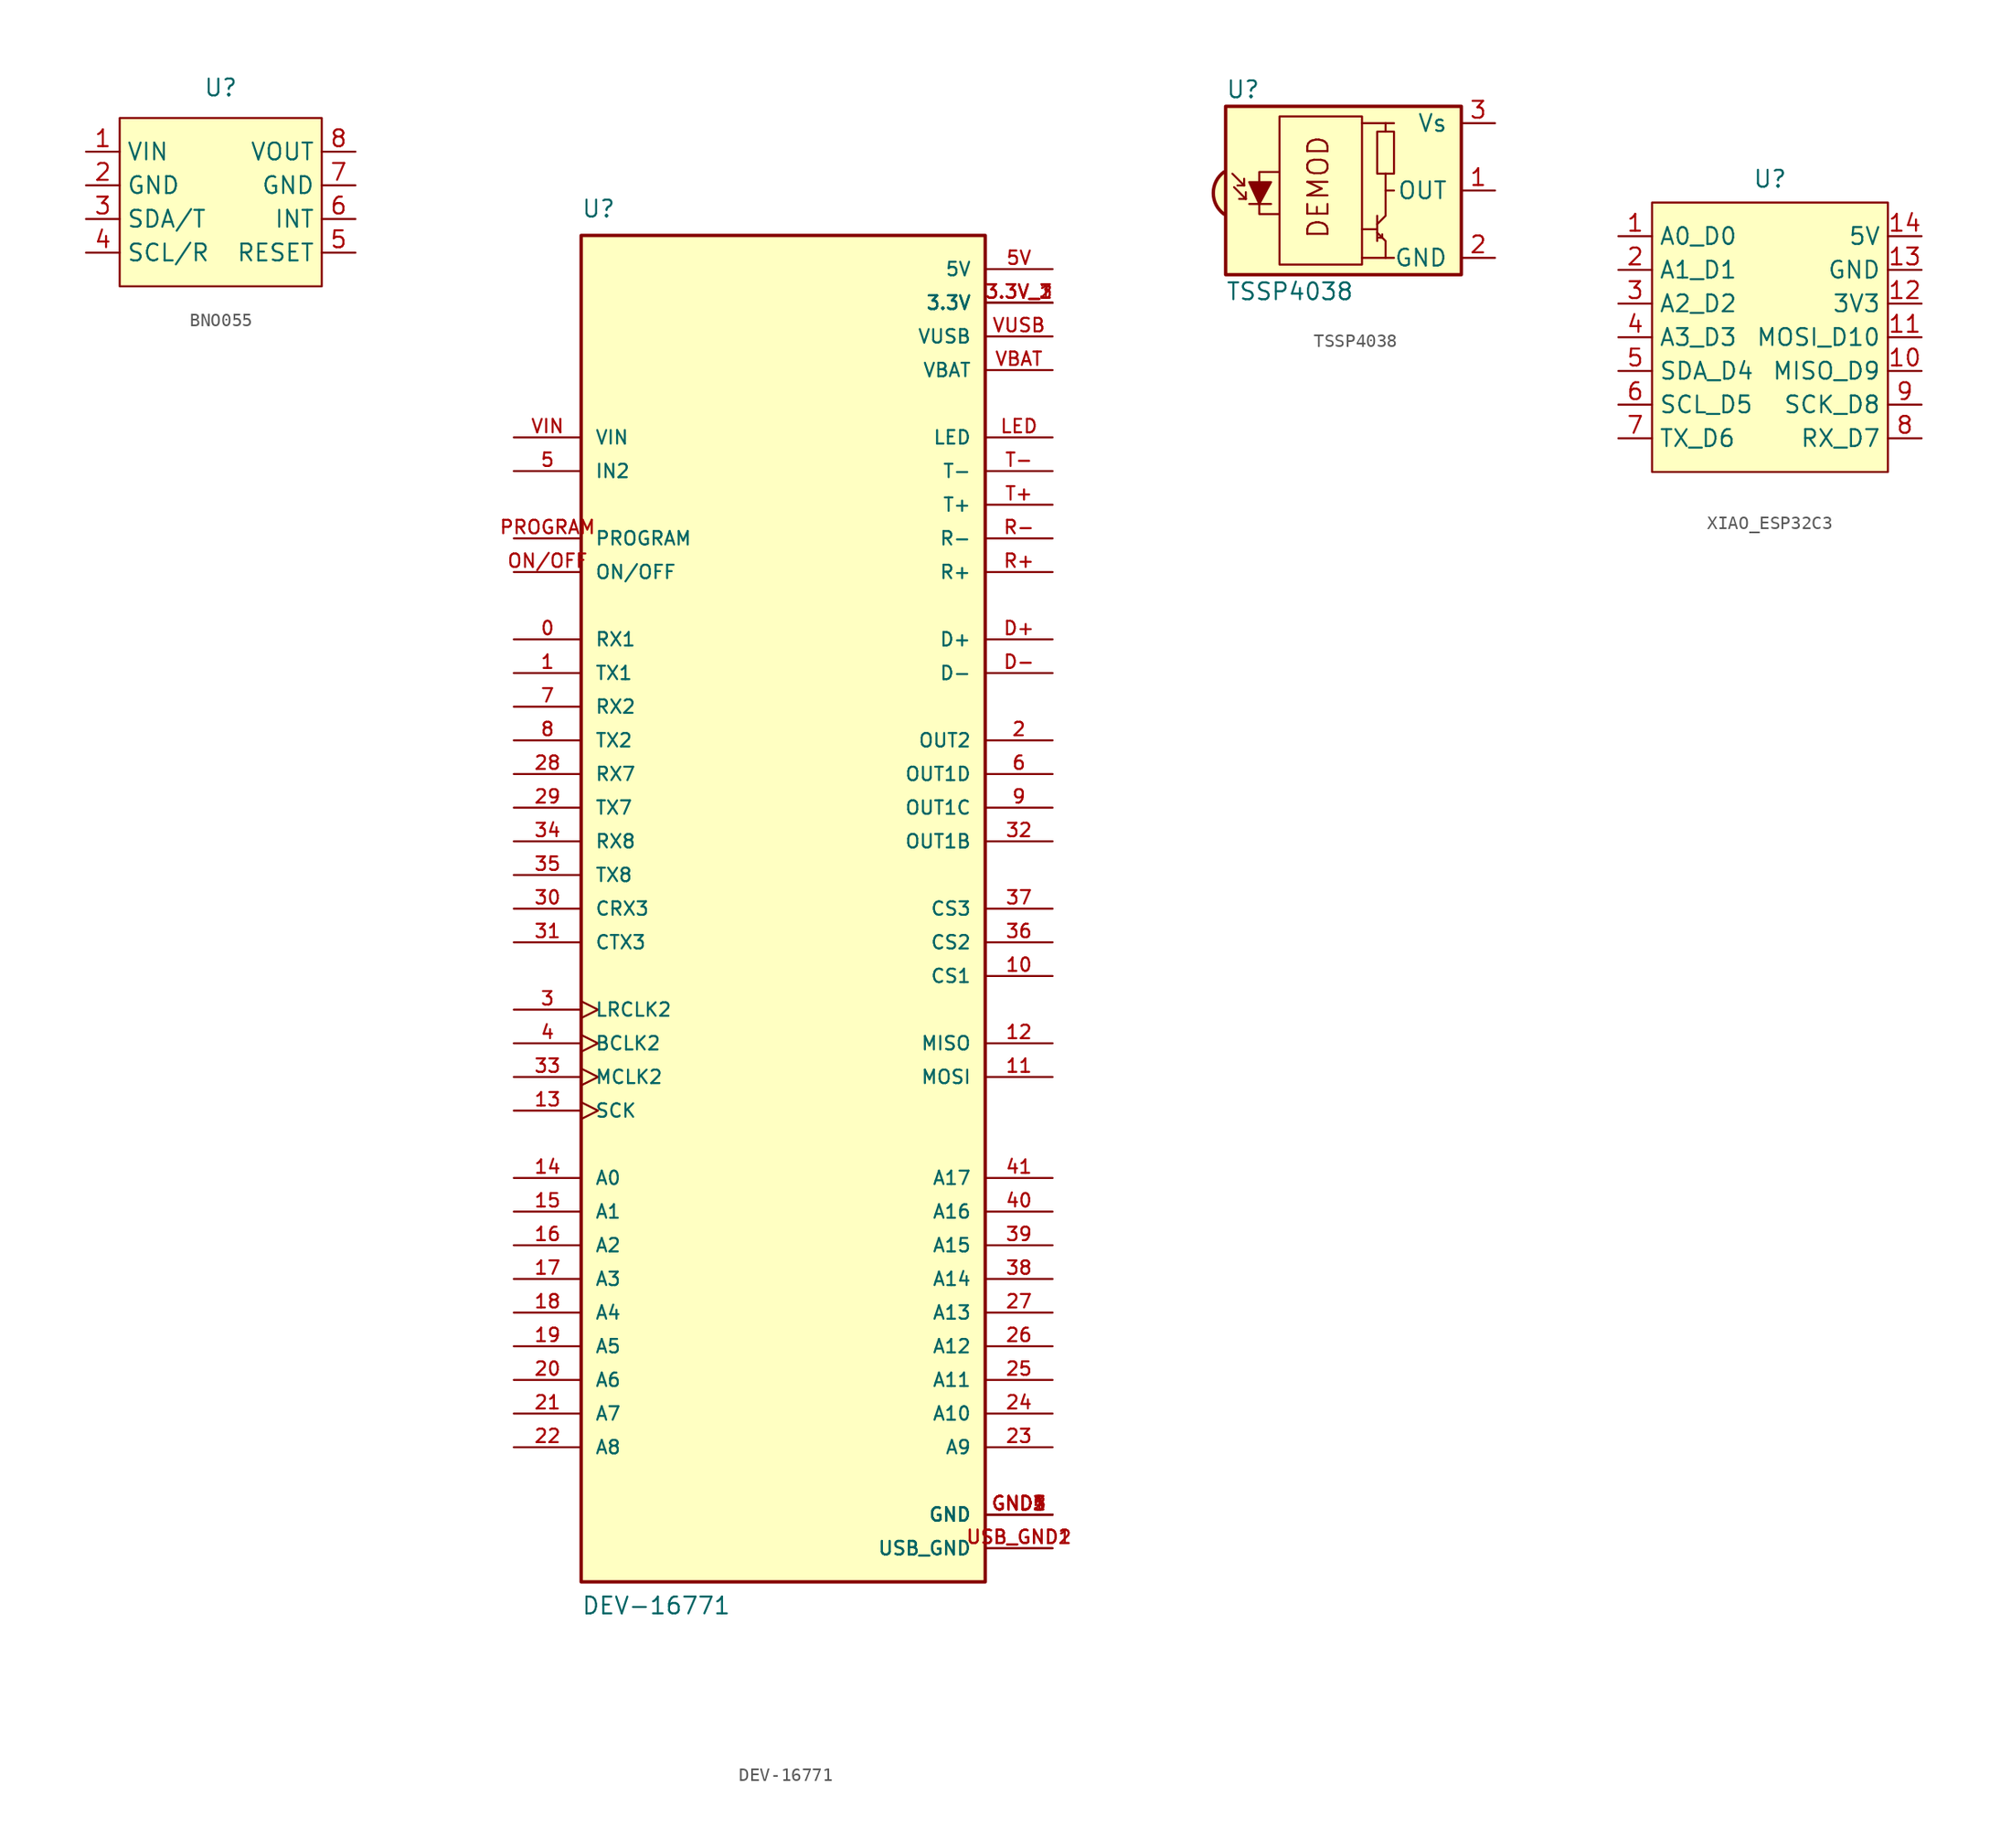
<source format=kicad_sym>
(kicad_symbol_lib
  (version 20231120)
  (generator "kicad_symbol_editor")
  (generator_version "8.0")
  (symbol "BNO055"
    (property "Reference" "U"
      (at 0 2.286 0)
      (effects (font (size 1.27 1.27))))
    (property "Value" ""
      (at 0 2.286 0)
      (effects (font (size 1.27 1.27))))
    (symbol "BNO055_1_1"
      (rectangle (start -7.62 0) (end 7.62 -12.7) (stroke (width 0) (type default)) (fill (type background)))
      (pin passive line (at -10.16 -2.54 0) (length 2.54) (name "VIN" (effects (font (size 1.27 1.27)))) (number "1" (effects (font (size 1.27 1.27)))))
      (pin passive line (at -10.16 -5.08 0) (length 2.54) (name "GND" (effects (font (size 1.27 1.27)))) (number "2" (effects (font (size 1.27 1.27)))))
      (pin passive line (at -10.16 -7.62 0) (length 2.54) (name "SDA/T" (effects (font (size 1.27 1.27)))) (number "3" (effects (font (size 1.27 1.27)))))
      (pin passive line (at -10.16 -10.16 0) (length 2.54) (name "SCL/R" (effects (font (size 1.27 1.27)))) (number "4" (effects (font (size 1.27 1.27)))))
      (pin passive line (at 10.16 -10.16 180) (length 2.54) (name "RESET" (effects (font (size 1.27 1.27)))) (number "5" (effects (font (size 1.27 1.27)))))
      (pin passive line (at 10.16 -7.62 180) (length 2.54) (name "INT" (effects (font (size 1.27 1.27)))) (number "6" (effects (font (size 1.27 1.27)))))
      (pin passive line (at 10.16 -5.08 180) (length 2.54) (name "GND" (effects (font (size 1.27 1.27)))) (number "7" (effects (font (size 1.27 1.27)))))
      (pin passive line (at 10.16 -2.54 180) (length 2.54) (name "VOUT" (effects (font (size 1.27 1.27)))) (number "8" (effects (font (size 1.27 1.27)))))))
  (symbol "DEV-16771"
    (pin_names
      (offset 1.016))
    (property "Reference" "U"
      (at -15.24 52.07 0)
      (effects (font (size 1.27 1.27)) (justify left bottom)))
    (property "Value" "DEV-16771"
      (at -15.24 -53.34 0)
      (effects (font (size 1.27 1.27)) (justify left bottom)))
    (symbol "DEV-16771_0_0"
      (rectangle (start -15.24 -50.8) (end 15.24 50.8) (stroke (width 0.254) (type default)) (fill (type background)))
      (pin bidirectional line (at -20.32 20.32 0) (length 5.08) (name "RX1" (effects (font (size 1.016 1.016)))) (number "0" (effects (font (size 1.016 1.016)))))
      (pin bidirectional line (at -20.32 17.78 0) (length 5.08) (name "TX1" (effects (font (size 1.016 1.016)))) (number "1" (effects (font (size 1.016 1.016)))))
      (pin bidirectional line (at 20.32 -5.08 180) (length 5.08) (name "CS1" (effects (font (size 1.016 1.016)))) (number "10" (effects (font (size 1.016 1.016)))))
      (pin bidirectional line (at 20.32 -12.7 180) (length 5.08) (name "MOSI" (effects (font (size 1.016 1.016)))) (number "11" (effects (font (size 1.016 1.016)))))
      (pin bidirectional line (at 20.32 -10.16 180) (length 5.08) (name "MISO" (effects (font (size 1.016 1.016)))) (number "12" (effects (font (size 1.016 1.016)))))
      (pin bidirectional clock (at -20.32 -15.24 0) (length 5.08) (name "SCK" (effects (font (size 1.016 1.016)))) (number "13" (effects (font (size 1.016 1.016)))))
      (pin bidirectional line (at -20.32 -20.32 0) (length 5.08) (name "A0" (effects (font (size 1.016 1.016)))) (number "14" (effects (font (size 1.016 1.016)))))
      (pin bidirectional line (at -20.32 -22.86 0) (length 5.08) (name "A1" (effects (font (size 1.016 1.016)))) (number "15" (effects (font (size 1.016 1.016)))))
      (pin bidirectional line (at -20.32 -25.4 0) (length 5.08) (name "A2" (effects (font (size 1.016 1.016)))) (number "16" (effects (font (size 1.016 1.016)))))
      (pin bidirectional line (at -20.32 -27.94 0) (length 5.08) (name "A3" (effects (font (size 1.016 1.016)))) (number "17" (effects (font (size 1.016 1.016)))))
      (pin bidirectional line (at -20.32 -30.48 0) (length 5.08) (name "A4" (effects (font (size 1.016 1.016)))) (number "18" (effects (font (size 1.016 1.016)))))
      (pin bidirectional line (at -20.32 -33.02 0) (length 5.08) (name "A5" (effects (font (size 1.016 1.016)))) (number "19" (effects (font (size 1.016 1.016)))))
      (pin output line (at 20.32 12.7 180) (length 5.08) (name "OUT2" (effects (font (size 1.016 1.016)))) (number "2" (effects (font (size 1.016 1.016)))))
      (pin bidirectional line (at -20.32 -35.56 0) (length 5.08) (name "A6" (effects (font (size 1.016 1.016)))) (number "20" (effects (font (size 1.016 1.016)))))
      (pin bidirectional line (at -20.32 -38.1 0) (length 5.08) (name "A7" (effects (font (size 1.016 1.016)))) (number "21" (effects (font (size 1.016 1.016)))))
      (pin bidirectional line (at -20.32 -40.64 0) (length 5.08) (name "A8" (effects (font (size 1.016 1.016)))) (number "22" (effects (font (size 1.016 1.016)))))
      (pin bidirectional line (at 20.32 -40.64 180) (length 5.08) (name "A9" (effects (font (size 1.016 1.016)))) (number "23" (effects (font (size 1.016 1.016)))))
      (pin bidirectional line (at 20.32 -38.1 180) (length 5.08) (name "A10" (effects (font (size 1.016 1.016)))) (number "24" (effects (font (size 1.016 1.016)))))
      (pin bidirectional line (at 20.32 -35.56 180) (length 5.08) (name "A11" (effects (font (size 1.016 1.016)))) (number "25" (effects (font (size 1.016 1.016)))))
      (pin bidirectional line (at 20.32 -33.02 180) (length 5.08) (name "A12" (effects (font (size 1.016 1.016)))) (number "26" (effects (font (size 1.016 1.016)))))
      (pin bidirectional line (at 20.32 -30.48 180) (length 5.08) (name "A13" (effects (font (size 1.016 1.016)))) (number "27" (effects (font (size 1.016 1.016)))))
      (pin bidirectional line (at -20.32 10.16 0) (length 5.08) (name "RX7" (effects (font (size 1.016 1.016)))) (number "28" (effects (font (size 1.016 1.016)))))
      (pin bidirectional line (at -20.32 7.62 0) (length 5.08) (name "TX7" (effects (font (size 1.016 1.016)))) (number "29" (effects (font (size 1.016 1.016)))))
      (pin bidirectional clock (at -20.32 -7.62 0) (length 5.08) (name "LRCLK2" (effects (font (size 1.016 1.016)))) (number "3" (effects (font (size 1.016 1.016)))))
      (pin power_in line (at 20.32 45.72 180) (length 5.08) (name "3.3V" (effects (font (size 1.016 1.016)))) (number "3.3V_1" (effects (font (size 1.016 1.016)))))
      (pin power_in line (at 20.32 45.72 180) (length 5.08) (name "3.3V" (effects (font (size 1.016 1.016)))) (number "3.3V_2" (effects (font (size 1.016 1.016)))))
      (pin power_in line (at 20.32 45.72 180) (length 5.08) (name "3.3V" (effects (font (size 1.016 1.016)))) (number "3.3V_3" (effects (font (size 1.016 1.016)))))
      (pin bidirectional line (at -20.32 0 0) (length 5.08) (name "CRX3" (effects (font (size 1.016 1.016)))) (number "30" (effects (font (size 1.016 1.016)))))
      (pin bidirectional line (at -20.32 -2.54 0) (length 5.08) (name "CTX3" (effects (font (size 1.016 1.016)))) (number "31" (effects (font (size 1.016 1.016)))))
      (pin output line (at 20.32 5.08 180) (length 5.08) (name "OUT1B" (effects (font (size 1.016 1.016)))) (number "32" (effects (font (size 1.016 1.016)))))
      (pin bidirectional clock (at -20.32 -12.7 0) (length 5.08) (name "MCLK2" (effects (font (size 1.016 1.016)))) (number "33" (effects (font (size 1.016 1.016)))))
      (pin bidirectional line (at -20.32 5.08 0) (length 5.08) (name "RX8" (effects (font (size 1.016 1.016)))) (number "34" (effects (font (size 1.016 1.016)))))
      (pin bidirectional line (at -20.32 2.54 0) (length 5.08) (name "TX8" (effects (font (size 1.016 1.016)))) (number "35" (effects (font (size 1.016 1.016)))))
      (pin bidirectional line (at 20.32 -2.54 180) (length 5.08) (name "CS2" (effects (font (size 1.016 1.016)))) (number "36" (effects (font (size 1.016 1.016)))))
      (pin bidirectional line (at 20.32 0 180) (length 5.08) (name "CS3" (effects (font (size 1.016 1.016)))) (number "37" (effects (font (size 1.016 1.016)))))
      (pin bidirectional line (at 20.32 -27.94 180) (length 5.08) (name "A14" (effects (font (size 1.016 1.016)))) (number "38" (effects (font (size 1.016 1.016)))))
      (pin bidirectional line (at 20.32 -25.4 180) (length 5.08) (name "A15" (effects (font (size 1.016 1.016)))) (number "39" (effects (font (size 1.016 1.016)))))
      (pin bidirectional clock (at -20.32 -10.16 0) (length 5.08) (name "BCLK2" (effects (font (size 1.016 1.016)))) (number "4" (effects (font (size 1.016 1.016)))))
      (pin bidirectional line (at 20.32 -22.86 180) (length 5.08) (name "A16" (effects (font (size 1.016 1.016)))) (number "40" (effects (font (size 1.016 1.016)))))
      (pin bidirectional line (at 20.32 -20.32 180) (length 5.08) (name "A17" (effects (font (size 1.016 1.016)))) (number "41" (effects (font (size 1.016 1.016)))))
      (pin bidirectional line (at -20.32 33.02 0) (length 5.08) (name "IN2" (effects (font (size 1.016 1.016)))) (number "5" (effects (font (size 1.016 1.016)))))
      (pin power_in line (at 20.32 48.26 180) (length 5.08) (name "5V" (effects (font (size 1.016 1.016)))) (number "5V" (effects (font (size 1.016 1.016)))))
      (pin output line (at 20.32 10.16 180) (length 5.08) (name "OUT1D" (effects (font (size 1.016 1.016)))) (number "6" (effects (font (size 1.016 1.016)))))
      (pin bidirectional line (at -20.32 15.24 0) (length 5.08) (name "RX2" (effects (font (size 1.016 1.016)))) (number "7" (effects (font (size 1.016 1.016)))))
      (pin bidirectional line (at -20.32 12.7 0) (length 5.08) (name "TX2" (effects (font (size 1.016 1.016)))) (number "8" (effects (font (size 1.016 1.016)))))
      (pin output line (at 20.32 7.62 180) (length 5.08) (name "OUT1C" (effects (font (size 1.016 1.016)))) (number "9" (effects (font (size 1.016 1.016)))))
      (pin bidirectional line (at 20.32 20.32 180) (length 5.08) (name "D+" (effects (font (size 1.016 1.016)))) (number "D+" (effects (font (size 1.016 1.016)))))
      (pin bidirectional line (at 20.32 17.78 180) (length 5.08) (name "D-" (effects (font (size 1.016 1.016)))) (number "D-" (effects (font (size 1.016 1.016)))))
      (pin power_in line (at 20.32 -45.72 180) (length 5.08) (name "GND" (effects (font (size 1.016 1.016)))) (number "GND1" (effects (font (size 1.016 1.016)))))
      (pin power_in line (at 20.32 -45.72 180) (length 5.08) (name "GND" (effects (font (size 1.016 1.016)))) (number "GND2" (effects (font (size 1.016 1.016)))))
      (pin power_in line (at 20.32 -45.72 180) (length 5.08) (name "GND" (effects (font (size 1.016 1.016)))) (number "GND3" (effects (font (size 1.016 1.016)))))
      (pin power_in line (at 20.32 -45.72 180) (length 5.08) (name "GND" (effects (font (size 1.016 1.016)))) (number "GND4" (effects (font (size 1.016 1.016)))))
      (pin power_in line (at 20.32 -45.72 180) (length 5.08) (name "GND" (effects (font (size 1.016 1.016)))) (number "GND5" (effects (font (size 1.016 1.016)))))
      (pin bidirectional line (at 20.32 35.56 180) (length 5.08) (name "LED" (effects (font (size 1.016 1.016)))) (number "LED" (effects (font (size 1.016 1.016)))))
      (pin bidirectional line (at -20.32 25.4 0) (length 5.08) (name "ON/OFF" (effects (font (size 1.016 1.016)))) (number "ON/OFF" (effects (font (size 1.016 1.016)))))
      (pin bidirectional line (at -20.32 27.94 0) (length 5.08) (name "PROGRAM" (effects (font (size 1.016 1.016)))) (number "PROGRAM" (effects (font (size 1.016 1.016)))))
      (pin bidirectional line (at 20.32 25.4 180) (length 5.08) (name "R+" (effects (font (size 1.016 1.016)))) (number "R+" (effects (font (size 1.016 1.016)))))
      (pin bidirectional line (at 20.32 27.94 180) (length 5.08) (name "R-" (effects (font (size 1.016 1.016)))) (number "R-" (effects (font (size 1.016 1.016)))))
      (pin bidirectional line (at 20.32 30.48 180) (length 5.08) (name "T+" (effects (font (size 1.016 1.016)))) (number "T+" (effects (font (size 1.016 1.016)))))
      (pin bidirectional line (at 20.32 33.02 180) (length 5.08) (name "T-" (effects (font (size 1.016 1.016)))) (number "T-" (effects (font (size 1.016 1.016)))))
      (pin power_in line (at 20.32 -48.26 180) (length 5.08) (name "USB_GND" (effects (font (size 1.016 1.016)))) (number "USB_GND1" (effects (font (size 1.016 1.016)))))
      (pin power_in line (at 20.32 -48.26 180) (length 5.08) (name "USB_GND" (effects (font (size 1.016 1.016)))) (number "USB_GND2" (effects (font (size 1.016 1.016)))))
      (pin passive line (at 20.32 40.64 180) (length 5.08) (name "VBAT" (effects (font (size 1.016 1.016)))) (number "VBAT" (effects (font (size 1.016 1.016)))))
      (pin input line (at -20.32 35.56 0) (length 5.08) (name "VIN" (effects (font (size 1.016 1.016)))) (number "VIN" (effects (font (size 1.016 1.016)))))
      (pin passive line (at 20.32 43.18 180) (length 5.08) (name "VUSB" (effects (font (size 1.016 1.016)))) (number "VUSB" (effects (font (size 1.016 1.016)))))))
  (symbol "TSSP4038"
    (pin_names
      (offset 1.016))
    (property "Reference" "U"
      (at -10.16 7.62 0)
      (effects (font (size 1.27 1.27)) (justify left)))
    (property "Value" "TSSP4038"
      (at -10.16 -7.62 0)
      (effects (font (size 1.27 1.27)) (justify left)))
    (symbol "TSSP4038_0_0"
      (arc (start -10.287 1.397) (mid -11.0899 -0.1852) (end -10.287 -1.778) (stroke (width 0.254) (type default)) (fill (type background)))
      (polyline (pts (xy 1.905 -5.08) (xy 0.127 -5.08)) (stroke (width 0) (type default)) (fill (type none)))
      (polyline (pts (xy 1.905 5.08) (xy 0.127 5.08)) (stroke (width 0) (type default)) (fill (type none)))
      (text "DEMOD" (at -3.175 0.254 900) (effects (font (size 1.524 1.524)))))
    (symbol "TSSP4038_0_1"
      (rectangle (start -6.096 5.588) (end 0.127 -5.588) (stroke (width 0) (type default)) (fill (type none)))
      (polyline (pts (xy -8.763 0.381) (xy -9.652 1.27)) (stroke (width 0) (type default)) (fill (type none)))
      (polyline (pts (xy -8.763 0.381) (xy -9.271 0.381)) (stroke (width 0) (type default)) (fill (type none)))
      (polyline (pts (xy -8.763 0.381) (xy -8.763 0.889)) (stroke (width 0) (type default)) (fill (type none)))
      (polyline (pts (xy -8.636 -0.635) (xy -9.525 0.254)) (stroke (width 0) (type default)) (fill (type none)))
      (polyline (pts (xy -8.636 -0.635) (xy -9.144 -0.635)) (stroke (width 0) (type default)) (fill (type none)))
      (polyline (pts (xy -8.636 -0.635) (xy -8.636 -0.127)) (stroke (width 0) (type default)) (fill (type none)))
      (polyline (pts (xy -8.382 -1.016) (xy -6.731 -1.016)) (stroke (width 0) (type default)) (fill (type none)))
      (polyline (pts (xy 1.27 -2.921) (xy 0.127 -2.921)) (stroke (width 0) (type default)) (fill (type none)))
      (polyline (pts (xy 1.27 -1.905) (xy 1.27 -3.81)) (stroke (width 0) (type default)) (fill (type none)))
      (polyline (pts (xy 1.397 -3.556) (xy 1.524 -3.556)) (stroke (width 0) (type default)) (fill (type none)))
      (polyline (pts (xy 1.651 -3.556) (xy 1.524 -3.556)) (stroke (width 0) (type default)) (fill (type none)))
      (polyline (pts (xy 1.651 -3.556) (xy 1.651 -3.302)) (stroke (width 0) (type default)) (fill (type none)))
      (polyline (pts (xy 1.905 0) (xy 1.905 1.27)) (stroke (width 0) (type default)) (fill (type none)))
      (polyline (pts (xy 1.905 4.445) (xy 1.905 5.08) (xy 2.54 5.08)) (stroke (width 0) (type default)) (fill (type none)))
      (polyline (pts (xy -8.382 0.635) (xy -6.731 0.635) (xy -7.62 -1.016) (xy -8.382 0.635)) (stroke (width 0) (type default)) (fill (type outline)))
      (polyline (pts (xy -6.096 1.397) (xy -7.62 1.397) (xy -7.62 -1.778) (xy -6.096 -1.778)) (stroke (width 0) (type default)) (fill (type none)))
      (polyline (pts (xy 1.27 -3.175) (xy 1.905 -3.81) (xy 1.905 -5.08) (xy 2.54 -5.08)) (stroke (width 0) (type default)) (fill (type none)))
      (polyline (pts (xy 1.27 -2.54) (xy 1.905 -1.905) (xy 1.905 0) (xy 2.54 0)) (stroke (width 0) (type default)) (fill (type none)))
      (rectangle (start 2.54 1.27) (end 1.27 4.445) (stroke (width 0) (type default)) (fill (type none)))
      (rectangle (start 7.62 6.35) (end -10.16 -6.35) (stroke (width 0.254) (type default)) (fill (type background))))
    (symbol "TSSP4038_1_1"
      (pin output line (at 10.16 0 180) (length 2.54) (name "OUT" (effects (font (size 1.27 1.27)))) (number "1" (effects (font (size 1.27 1.27)))))
      (pin power_in line (at 10.16 -5.08 180) (length 2.54) (name "GND" (effects (font (size 1.27 1.27)))) (number "2" (effects (font (size 1.27 1.27)))))
      (pin power_in line (at 10.16 5.08 180) (length 2.54) (name "Vs" (effects (font (size 1.27 1.27)))) (number "3" (effects (font (size 1.27 1.27)))))))
  (symbol "XIAO_ESP32C3"
    (property "Reference" "U"
      (at 0 1.778 0)
      (effects (font (size 1.27 1.27))))
    (property "Value" ""
      (at 0 8.128 0)
      (effects (font (size 1.27 1.27))))
    (symbol "XIAO_ESP32C3_0_1"
      (rectangle (start -8.89 0) (end 8.89 -20.32) (stroke (width 0) (type default)) (fill (type background))))
    (symbol "XIAO_ESP32C3_1_1"
      (pin passive line (at -11.43 -2.54 0) (length 2.54) (name "A0_D0" (effects (font (size 1.27 1.27)))) (number "1" (effects (font (size 1.27 1.27)))))
      (pin passive line (at 11.43 -12.7 180) (length 2.54) (name "MISO_D9" (effects (font (size 1.27 1.27)))) (number "10" (effects (font (size 1.27 1.27)))))
      (pin passive line (at 11.43 -10.16 180) (length 2.54) (name "MOSI_D10" (effects (font (size 1.27 1.27)))) (number "11" (effects (font (size 1.27 1.27)))))
      (pin passive line (at 11.43 -7.62 180) (length 2.54) (name "3V3" (effects (font (size 1.27 1.27)))) (number "12" (effects (font (size 1.27 1.27)))))
      (pin passive line (at 11.43 -5.08 180) (length 2.54) (name "GND" (effects (font (size 1.27 1.27)))) (number "13" (effects (font (size 1.27 1.27)))))
      (pin passive line (at 11.43 -2.54 180) (length 2.54) (name "5V" (effects (font (size 1.27 1.27)))) (number "14" (effects (font (size 1.27 1.27)))))
      (pin passive line (at -11.43 -5.08 0) (length 2.54) (name "A1_D1" (effects (font (size 1.27 1.27)))) (number "2" (effects (font (size 1.27 1.27)))))
      (pin passive line (at -11.43 -7.62 0) (length 2.54) (name "A2_D2" (effects (font (size 1.27 1.27)))) (number "3" (effects (font (size 1.27 1.27)))))
      (pin passive line (at -11.43 -10.16 0) (length 2.54) (name "A3_D3" (effects (font (size 1.27 1.27)))) (number "4" (effects (font (size 1.27 1.27)))))
      (pin passive line (at -11.43 -12.7 0) (length 2.54) (name "SDA_D4" (effects (font (size 1.27 1.27)))) (number "5" (effects (font (size 1.27 1.27)))))
      (pin passive line (at -11.43 -15.24 0) (length 2.54) (name "SCL_D5" (effects (font (size 1.27 1.27)))) (number "6" (effects (font (size 1.27 1.27)))))
      (pin passive line (at -11.43 -17.78 0) (length 2.54) (name "TX_D6" (effects (font (size 1.27 1.27)))) (number "7" (effects (font (size 1.27 1.27)))))
      (pin passive line (at 11.43 -17.78 180) (length 2.54) (name "RX_D7" (effects (font (size 1.27 1.27)))) (number "8" (effects (font (size 1.27 1.27)))))
      (pin passive line (at 11.43 -15.24 180) (length 2.54) (name "SCK_D8" (effects (font (size 1.27 1.27)))) (number "9" (effects (font (size 1.27 1.27))))))))
</source>
